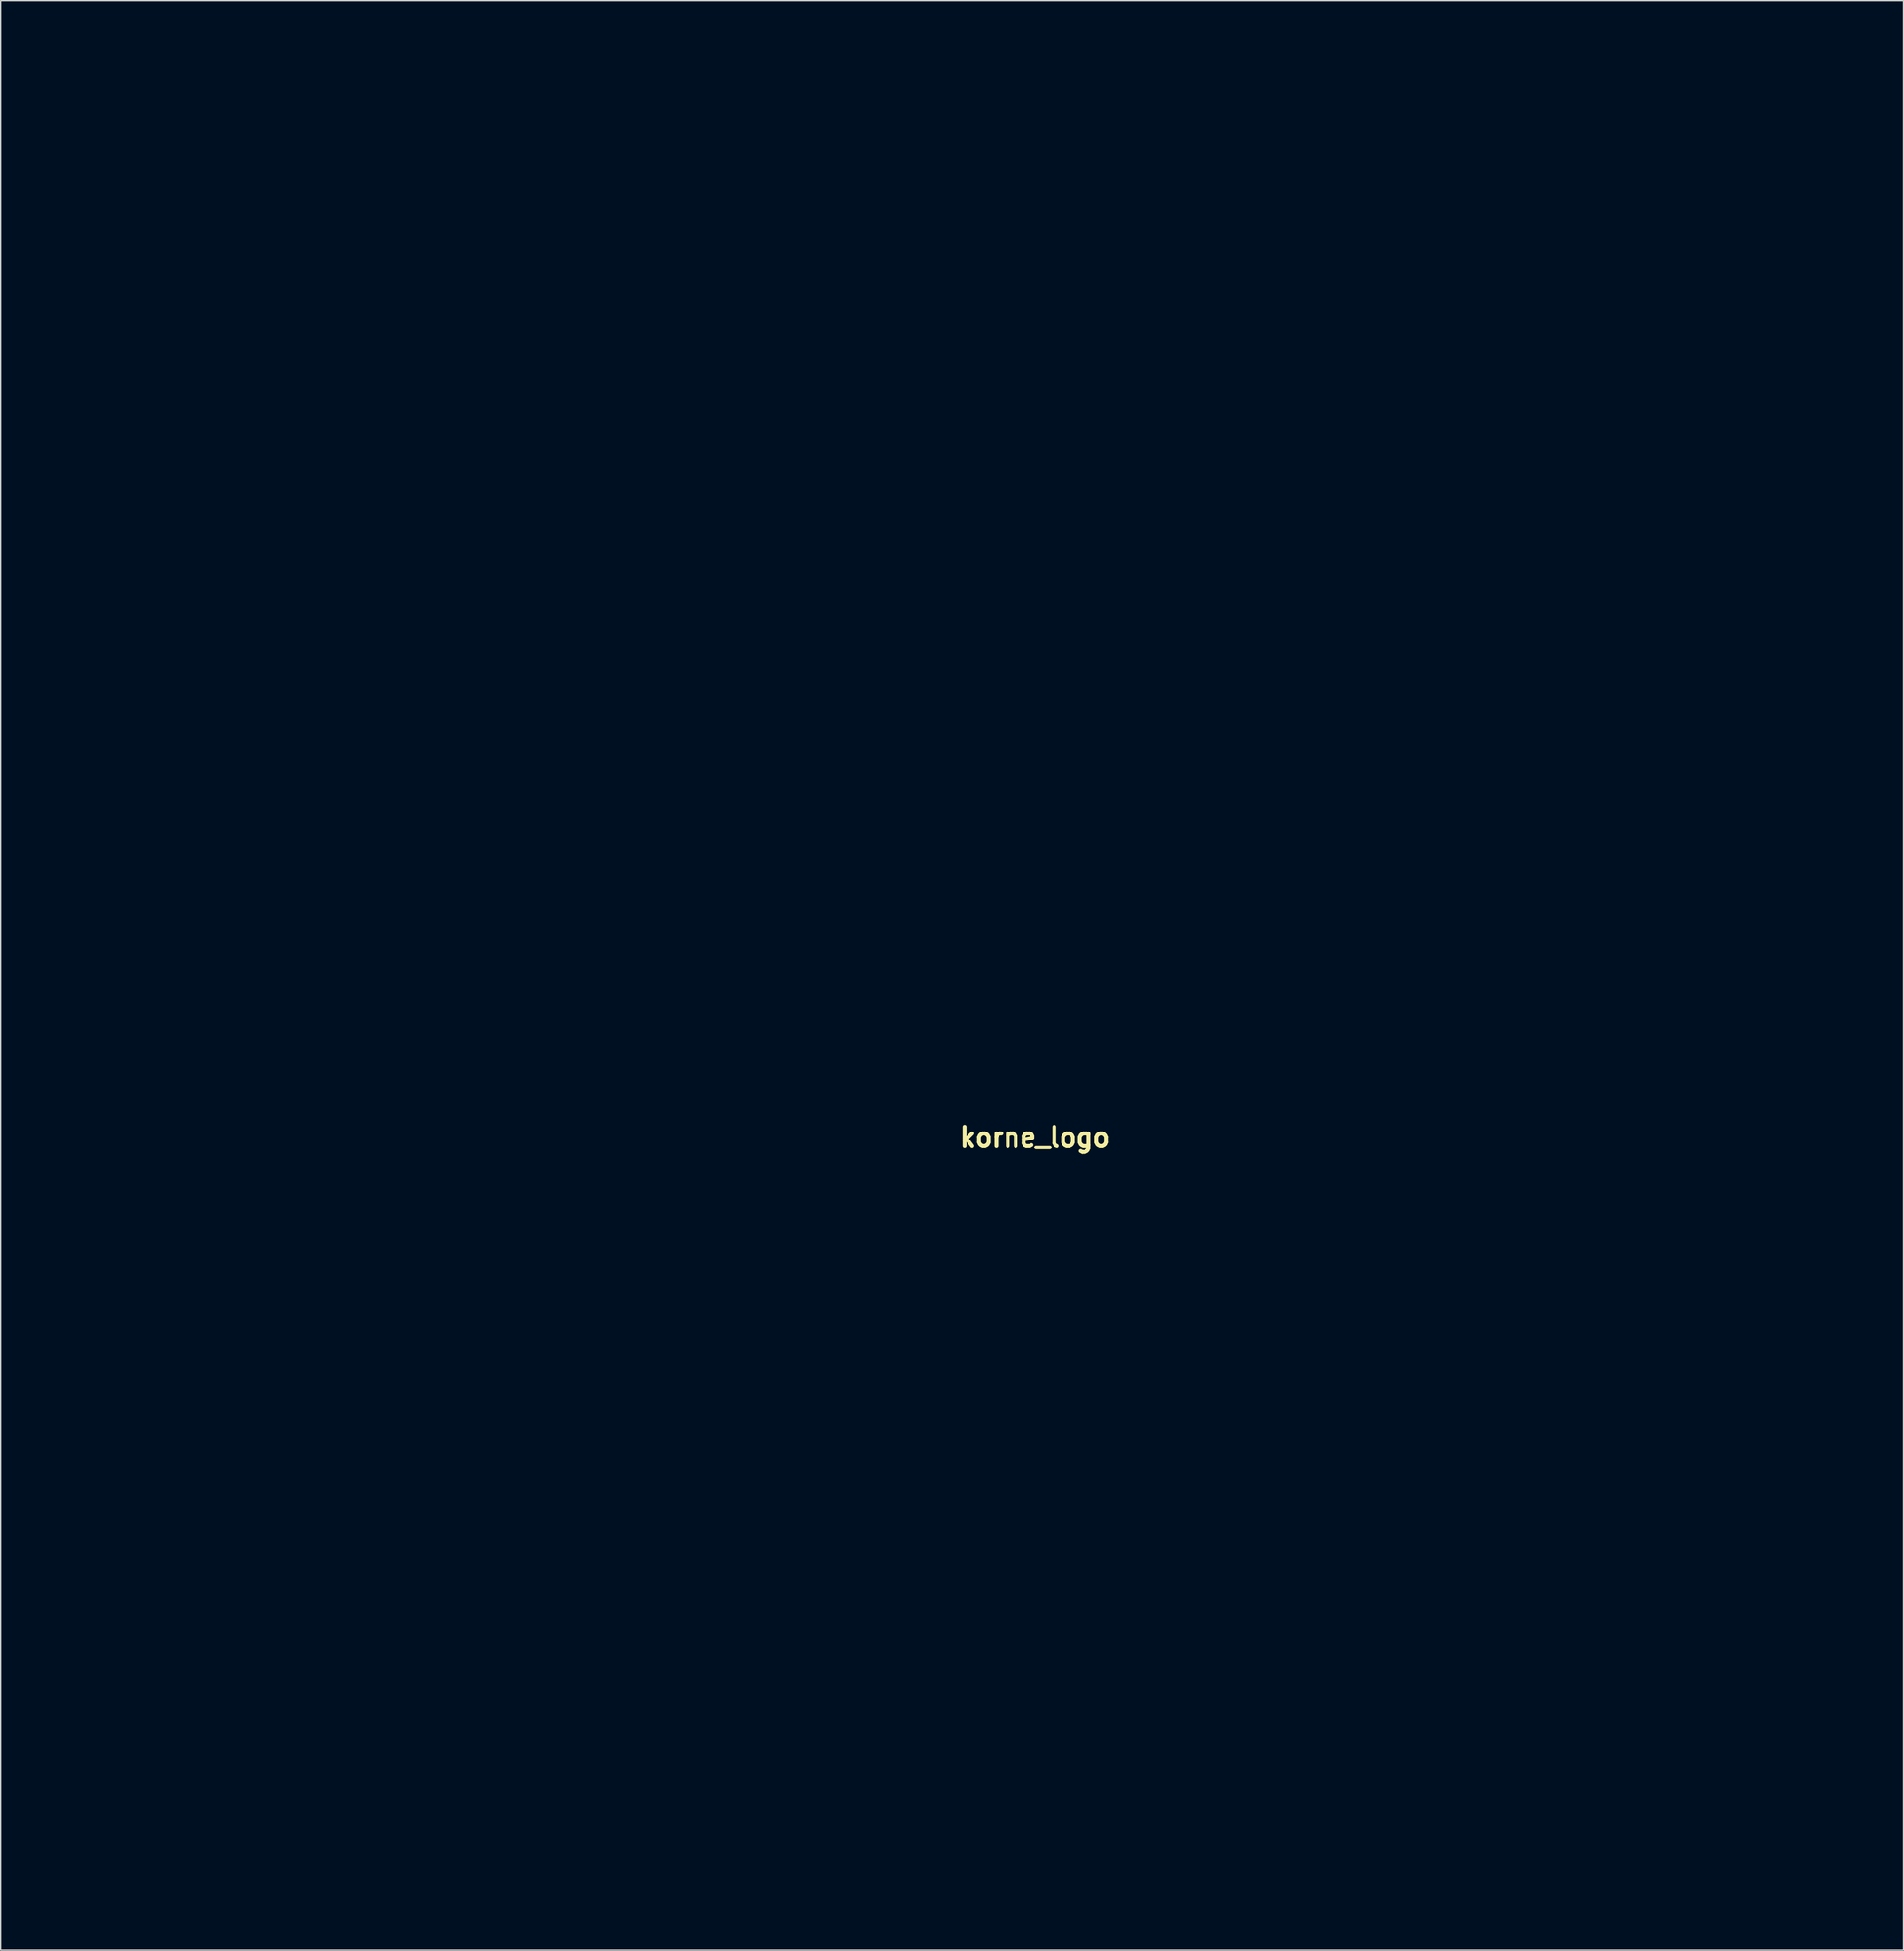
<source format=kicad_pcb>
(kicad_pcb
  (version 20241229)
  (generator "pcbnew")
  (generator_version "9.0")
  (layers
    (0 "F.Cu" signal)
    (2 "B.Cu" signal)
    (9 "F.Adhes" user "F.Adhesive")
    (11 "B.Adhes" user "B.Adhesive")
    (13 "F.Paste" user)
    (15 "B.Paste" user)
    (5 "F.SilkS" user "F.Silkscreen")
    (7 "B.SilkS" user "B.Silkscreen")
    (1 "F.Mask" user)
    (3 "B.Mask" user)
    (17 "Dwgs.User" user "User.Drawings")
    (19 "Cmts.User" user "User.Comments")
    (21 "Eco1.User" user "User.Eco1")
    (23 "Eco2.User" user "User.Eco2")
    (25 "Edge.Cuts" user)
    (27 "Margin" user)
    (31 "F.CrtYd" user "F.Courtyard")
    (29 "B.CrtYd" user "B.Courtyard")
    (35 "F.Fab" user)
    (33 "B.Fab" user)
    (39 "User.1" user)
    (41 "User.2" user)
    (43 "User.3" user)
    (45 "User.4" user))
  (footprint "korne_logo"
    (layer "F.Cu")
    (at 82.552 90.986)
    (property "Reference" "korne_logo" (at 0 0 0) (layer "F.SilkS") (effects (font (size 1.524 1.524) (thickness 0.3))))
    (attr through_hole)
    (fp_poly (pts (xy -28.385 -10.804) (xy -24.746 -10.383) (xy -21.716 -9.654) (xy -19.251 -8.584) (xy -17.308 -7.139) (xy -15.846 -5.285) (xy -14.823 -2.988) (xy -14.195 -0.215) (xy -14.096 0.539) (xy -13.918 2.04) (xy -13.749 3.335) (xy -13.619 4.217) (xy -13.583 4.41) (xy -13.234 5.132) (xy -12.428 6.294) (xy -11.209 7.84) (xy -9.623 9.714) (xy -7.716 11.863) (xy -5.533 14.229) (xy -5.399 14.371) (xy -1.45 18.571) (xy -5.223 22.305) (xy -8.996 26.039) (xy -13.68 21.69) (xy -15.79 19.746) (xy -17.489 18.237) (xy -18.868 17.103) (xy -20.021 16.285) (xy -21.042 15.724) (xy -22.022 15.362) (xy -23.054 15.14) (xy -24.233 14.998) (xy -24.249 14.997) (xy -27.855 14.398) (xy -30.956 13.321) (xy -33.573 11.751) (xy -35.731 9.678) (xy -36.626 8.478) (xy -37.664 6.774) (xy -38.455 5.18) (xy -38.943 3.829) (xy -39.073 2.855) (xy -39.025 2.63) (xy -38.815 2.296) (xy -38.441 2.323) (xy -37.695 2.728) (xy -37.659 2.749) (xy -36.107 3.67) (xy -34.444 4.632) (xy -32.789 5.571) (xy -31.263 6.419) (xy -29.982 7.11) (xy -29.068 7.58) (xy -28.637 7.761) (xy -28.632 7.761) (xy -28.218 7.541) (xy -27.456 6.963) (xy -26.514 6.157) (xy -24.648 4.029) (xy -23.375 1.568) (xy -22.742 -1.13) (xy -22.732 -1.235) (xy -22.527 -3.351) (xy -27.491 -6.121) (xy -29.164 -7.061) (xy -30.596 -7.88) (xy -31.685 -8.518) (xy -32.327 -8.914) (xy -32.456 -9.014) (xy -32.325 -9.389) (xy -32.025 -10.084) (xy -31.594 -11.029) (xy -28.385 -10.804)) (stroke (width 0.01) (type solid)) (fill no) (layer "Eco2.User"))
    (fp_poly (pts (xy 44.844 -32.606) (xy 45.736 -32.066) (xy 46.12 -31.288) (xy 46.063 -30.773) (xy 45.478 -29.8) (xy 44.524 -28.963) (xy 43.495 -28.511) (xy 43.395 -28.496) (xy 42.75 -28.553) (xy 42.536 -29.06) (xy 42.526 -29.281) (xy 42.43 -29.848) (xy 42.042 -30.131) (xy 41.165 -30.26) (xy 41.03 -30.27) (xy 39.745 -30.137) (xy 38.732 -29.613) (xy 38.164 -28.809) (xy 38.1 -28.399) (xy 38.424 -27.584) (xy 39.281 -26.864) (xy 40.5 -26.369) (xy 40.885 -26.288) (xy 41.898 -25.97) (xy 42.283 -25.512) (xy 42.089 -24.98) (xy 41.363 -24.439) (xy 40.153 -23.954) (xy 38.966 -23.668) (xy 37.319 -23.098) (xy 36.205 -22.131) (xy 35.671 -20.815) (xy 35.631 -20.274) (xy 35.765 -19.335) (xy 36.299 -18.744) (xy 36.671 -18.53) (xy 38.189 -18.03) (xy 39.7 -18.153) (xy 41.318 -18.916) (xy 41.779 -19.226) (xy 43.086 -20.041) (xy 44.069 -20.418) (xy 44.659 -20.339) (xy 44.803 -19.963) (xy 44.513 -19.374) (xy 43.746 -18.595) (xy 42.652 -17.757) (xy 41.382 -16.989) (xy 41.242 -16.916) (xy 40.051 -16.509) (xy 38.519 -16.259) (xy 36.843 -16.167) (xy 35.221 -16.232) (xy 33.85 -16.454) (xy 32.928 -16.833) (xy 32.808 -16.933) (xy 32.165 -18.029) (xy 32.137 -19.347) (xy 32.699 -20.808) (xy 33.829 -22.33) (xy 34.58 -23.072) (xy 35.4 -23.853) (xy 35.753 -24.352) (xy 35.721 -24.733) (xy 35.538 -24.986) (xy 34.897 -26.019) (xy 34.815 -27.103) (xy 35.217 -28.344) (xy 36.223 -29.815) (xy 37.766 -31.079) (xy 39.689 -32.054) (xy 41.834 -32.654) (xy 43.569 -32.808) (xy 44.844 -32.606)) (stroke (width 0.01) (type solid)) (fill no) (layer "Eco2.User"))
    (fp_poly (pts (xy -25.816 -32.64) (xy -25.827 -32.182) (xy -26.363 -31.505) (xy -27.383 -30.679) (xy -27.648 -30.499) (xy -29.516 -28.908) (xy -30.741 -27.035) (xy -31.333 -24.86) (xy -31.396 -23.765) (xy -31.169 -21.75) (xy -30.461 -20.215) (xy -29.232 -19.087) (xy -28.48 -18.684) (xy -26.497 -18.101) (xy -24.569 -18.199) (xy -22.642 -18.986) (xy -21.625 -19.666) (xy -20.526 -20.816) (xy -19.725 -22.289) (xy -19.229 -23.949) (xy -19.04 -25.658) (xy -19.163 -27.276) (xy -19.603 -28.667) (xy -20.364 -29.693) (xy -21.296 -30.182) (xy -22.538 -30.331) (xy -23.529 -30.008) (xy -24.44 -29.131) (xy -24.95 -28.412) (xy -26 -27.066) (xy -27.055 -26.182) (xy -28.009 -25.835) (xy -28.439 -25.896) (xy -28.656 -26.299) (xy -28.446 -27.073) (xy -27.878 -28.087) (xy -27.021 -29.211) (xy -26.224 -30.055) (xy -24.408 -31.48) (xy -22.531 -32.38) (xy -20.69 -32.752) (xy -18.983 -32.596) (xy -17.511 -31.911) (xy -16.37 -30.697) (xy -16.073 -30.159) (xy -15.665 -28.686) (xy -15.579 -26.869) (xy -15.803 -24.984) (xy -16.323 -23.308) (xy -16.386 -23.174) (xy -17.518 -21.407) (xy -19.148 -19.644) (xy -21.09 -18.07) (xy -22.028 -17.466) (xy -22.991 -16.915) (xy -23.772 -16.558) (xy -24.569 -16.353) (xy -25.581 -16.257) (xy -27.006 -16.229) (xy -27.889 -16.228) (xy -29.625 -16.244) (xy -30.814 -16.31) (xy -31.618 -16.451) (xy -32.195 -16.692) (xy -32.594 -16.967) (xy -33.911 -18.437) (xy -34.677 -20.311) (xy -34.866 -22.521) (xy -34.855 -22.725) (xy -34.532 -24.808) (xy -33.806 -26.643) (xy -32.574 -28.458) (xy -32.019 -29.116) (xy -30.953 -30.156) (xy -29.666 -31.165) (xy -28.341 -32.022) (xy -27.163 -32.608) (xy -26.37 -32.805) (xy -25.816 -32.64)) (stroke (width 0.01) (type solid)) (fill no) (layer "Eco2.User"))
    (fp_poly (pts (xy 9.06 28.844) (xy 11.304 30.944) (xy 13.137 32.599) (xy 14.644 33.865) (xy 15.911 34.799) (xy 17.022 35.457) (xy 18.062 35.895) (xy 19.118 36.17) (xy 20.274 36.337) (xy 20.427 36.353) (xy 23.864 36.9) (xy 26.769 37.821) (xy 29.238 39.168) (xy 31.368 40.994) (xy 33.189 43.255) (xy 33.969 44.533) (xy 34.638 45.886) (xy 35.131 47.149) (xy 35.387 48.16) (xy 35.342 48.754) (xy 35.313 48.789) (xy 34.847 48.767) (xy 33.807 48.349) (xy 32.203 47.539) (xy 30.219 46.442) (xy 28.54 45.508) (xy 27.045 44.714) (xy 25.855 44.121) (xy 25.091 43.792) (xy 24.9 43.744) (xy 24.215 44.013) (xy 23.282 44.724) (xy 22.247 45.729) (xy 21.254 46.884) (xy 20.448 48.044) (xy 20.229 48.441) (xy 19.661 49.791) (xy 19.225 51.265) (xy 18.956 52.672) (xy 18.89 53.82) (xy 19.063 54.519) (xy 19.076 54.536) (xy 19.497 54.855) (xy 20.419 55.447) (xy 21.724 56.24) (xy 23.297 57.162) (xy 24.182 57.669) (xy 28.925 60.366) (xy 28.388 61.404) (xy 27.955 62.096) (xy 27.618 62.392) (xy 27.596 62.391) (xy 27.152 62.342) (xy 26.177 62.252) (xy 24.841 62.137) (xy 24.08 62.074) (xy 20.423 61.565) (xy 17.34 60.688) (xy 14.84 59.447) (xy 12.936 57.848) (xy 12.193 56.888) (xy 11.363 55.223) (xy 10.714 53.133) (xy 10.319 50.89) (xy 10.231 49.369) (xy 10.171 48.169) (xy 9.927 47.189) (xy 9.402 46.137) (xy 8.879 45.298) (xy 8.225 44.411) (xy 7.176 43.129) (xy 5.828 41.564) (xy 4.277 39.828) (xy 2.621 38.033) (xy 2.186 37.571) (xy -3.155 31.926) (xy 0.596 28.159) (xy 4.347 24.392) (xy 9.06 28.844)) (stroke (width 0.01) (type solid)) (fill no) (layer "Eco2.User"))
    (fp_poly (pts (xy 35.065 -35.599) (xy 35.138 -34.839) (xy 34.89 -34.008) (xy 34.47 -33.161) (xy 33.868 -32.643) (xy 32.835 -32.251) (xy 32.721 -32.217) (xy 31.425 -31.673) (xy 30.557 -30.972) (xy 30.486 -30.873) (xy 30.136 -30.134) (xy 29.647 -28.806) (xy 29.049 -26.983) (xy 28.37 -24.759) (xy 27.641 -22.231) (xy 26.892 -19.492) (xy 26.794 -19.122) (xy 26.02 -16.196) (xy 23.858 -16.3) (xy 21.696 -16.404) (xy 19.915 -19.932) (xy 19.099 -21.577) (xy 18.322 -23.193) (xy 17.69 -24.558) (xy 17.399 -25.224) (xy 16.94 -26.179) (xy 16.611 -26.556) (xy 16.486 -26.458) (xy 16.312 -25.885) (xy 16.012 -24.83) (xy 15.641 -23.496) (xy 15.534 -23.107) (xy 15.032 -21.44) (xy 14.441 -19.724) (xy 13.886 -18.318) (xy 13.859 -18.256) (xy 12.956 -16.228) (xy 10.535 -16.228) (xy 9.116 -16.276) (xy 8.332 -16.43) (xy 8.115 -16.669) (xy 8.289 -17.244) (xy 8.713 -18.085) (xy 8.801 -18.233) (xy 9.305 -18.955) (xy 9.76 -19.17) (xy 10.443 -18.995) (xy 10.512 -18.969) (xy 11.403 -18.752) (xy 12.052 -18.779) (xy 12.411 -19.219) (xy 12.863 -20.221) (xy 13.368 -21.653) (xy 13.884 -23.386) (xy 14.372 -25.287) (xy 14.793 -27.226) (xy 15.006 -28.416) (xy 15.305 -30.05) (xy 15.604 -31.132) (xy 15.954 -31.815) (xy 16.313 -32.179) (xy 17.133 -32.71) (xy 17.782 -32.826) (xy 18.343 -32.465) (xy 18.895 -31.563) (xy 19.52 -30.057) (xy 19.71 -29.543) (xy 20.326 -27.936) (xy 21.058 -26.159) (xy 21.847 -24.337) (xy 22.636 -22.597) (xy 23.367 -21.063) (xy 23.982 -19.862) (xy 24.425 -19.117) (xy 24.577 -18.946) (xy 24.786 -19.192) (xy 25.137 -20.006) (xy 25.591 -21.276) (xy 26.105 -22.89) (xy 26.358 -23.746) (xy 26.946 -25.734) (xy 27.543 -27.677) (xy 28.087 -29.379) (xy 28.517 -30.646) (xy 28.598 -30.868) (xy 29.562 -32.822) (xy 30.804 -34.383) (xy 32.215 -35.437) (xy 33.293 -35.822) (xy 34.464 -35.911) (xy 35.065 -35.599)) (stroke (width 0.01) (type solid)) (fill no) (layer "Eco2.User"))
    (fp_poly (pts (xy -38.528 -32.574) (xy -37.907 -31.989) (xy -37.821 -31.224) (xy -38.315 -30.45) (xy -38.956 -30.03) (xy -39.707 -29.734) (xy -40.138 -29.82) (xy -40.402 -30.115) (xy -40.974 -30.594) (xy -41.314 -30.688) (xy -41.969 -30.49) (xy -42.986 -29.981) (xy -44.169 -29.278) (xy -45.319 -28.499) (xy -46.239 -27.764) (xy -46.323 -27.686) (xy -46.979 -26.932) (xy -47.16 -26.225) (xy -47.08 -25.631) (xy -46.65 -24.259) (xy -45.93 -22.594) (xy -45.053 -20.907) (xy -44.156 -19.469) (xy -43.681 -18.856) (xy -42.604 -17.921) (xy -41.587 -17.68) (xy -40.578 -18.131) (xy -39.985 -18.697) (xy -39.171 -19.382) (xy -38.35 -19.727) (xy -37.7 -19.699) (xy -37.399 -19.265) (xy -37.394 -19.18) (xy -37.637 -18.615) (xy -38.252 -17.827) (xy -38.669 -17.402) (xy -39.326 -16.81) (xy -39.883 -16.46) (xy -40.55 -16.297) (xy -41.532 -16.265) (xy -42.814 -16.302) (xy -45.685 -16.404) (xy -47.193 -18.654) (xy -48.053 -20.104) (xy -48.824 -21.687) (xy -49.31 -22.975) (xy -49.658 -24.061) (xy -49.957 -24.811) (xy -50.118 -25.047) (xy -50.308 -24.735) (xy -50.632 -23.91) (xy -51.026 -22.734) (xy -51.116 -22.445) (xy -51.642 -20.863) (xy -52.238 -19.259) (xy -52.752 -18.036) (xy -53.269 -17) (xy -53.705 -16.46) (xy -54.242 -16.256) (xy -54.841 -16.228) (xy -55.664 -16.264) (xy -56.079 -16.354) (xy -56.092 -16.375) (xy -55.986 -16.748) (xy -55.701 -17.65) (xy -55.28 -18.938) (xy -54.837 -20.272) (xy -54.28 -22.043) (xy -53.762 -23.889) (xy -53.311 -25.675) (xy -52.959 -27.269) (xy -52.736 -28.538) (xy -52.672 -29.347) (xy -52.725 -29.559) (xy -53.13 -29.554) (xy -53.892 -29.314) (xy -53.975 -29.281) (xy -54.906 -29.024) (xy -55.353 -29.192) (xy -55.26 -29.755) (xy -55.17 -29.915) (xy -54.636 -30.426) (xy -53.667 -31.084) (xy -52.482 -31.768) (xy -51.297 -32.356) (xy -50.332 -32.729) (xy -49.957 -32.798) (xy -49.636 -32.749) (xy -49.453 -32.498) (xy -49.388 -31.908) (xy -49.417 -30.842) (xy -49.476 -29.822) (xy -49.662 -26.836) (xy -48.611 -27.888) (xy -47.145 -29.165) (xy -45.417 -30.38) (xy -43.593 -31.44) (xy -41.845 -32.252) (xy -40.339 -32.724) (xy -39.643 -32.805) (xy -38.528 -32.574)) (stroke (width 0.01) (type solid)) (fill no) (layer "Eco2.User"))
    (fp_poly (pts (xy -0.432 -32.273) (xy 1.135 -32.244) (xy 2.237 -32.181) (xy 2.995 -32.068) (xy 3.53 -31.893) (xy 3.96 -31.642) (xy 4.119 -31.527) (xy 4.788 -30.881) (xy 5.057 -30.108) (xy 5.084 -29.305) (xy 4.847 -27.919) (xy 4.345 -26.883) (xy 3.676 -26.142) (xy 2.716 -25.264) (xy 1.678 -24.422) (xy 0.775 -23.792) (xy 0.345 -23.575) (xy 0.317 -23.24) (xy 0.592 -22.483) (xy 1.081 -21.471) (xy 1.691 -20.367) (xy 2.334 -19.337) (xy 2.92 -18.545) (xy 3.289 -18.192) (xy 3.831 -18.071) (xy 4.669 -18.293) (xy 5.757 -18.794) (xy 6.841 -19.309) (xy 7.706 -19.658) (xy 8.087 -19.756) (xy 8.465 -19.566) (xy 8.346 -19.07) (xy 7.8 -18.379) (xy 6.899 -17.605) (xy 6.551 -17.361) (xy 5.606 -16.764) (xy 4.832 -16.426) (xy 3.97 -16.286) (xy 2.761 -16.281) (xy 2.144 -16.302) (xy -0.529 -16.404) (xy -1.97 -18.943) (xy -2.859 -20.482) (xy -3.508 -21.51) (xy -4.007 -22.143) (xy -4.446 -22.492) (xy -4.915 -22.674) (xy -4.918 -22.675) (xy -5.3 -22.656) (xy -5.652 -22.301) (xy -6.052 -21.49) (xy -6.509 -20.3) (xy -7.182 -18.556) (xy -7.749 -17.384) (xy -8.295 -16.677) (xy -8.905 -16.327) (xy -9.663 -16.228) (xy -9.721 -16.228) (xy -10.53 -16.257) (xy -10.928 -16.33) (xy -10.936 -16.343) (xy -10.814 -16.703) (xy -10.492 -17.535) (xy -10.042 -18.659) (xy -9.371 -20.568) (xy -8.712 -22.893) (xy -8.549 -23.589) (xy -5.386 -23.589) (xy -4.192 -24.317) (xy -3.148 -24.801) (xy -2.143 -25.041) (xy -2.017 -25.046) (xy -0.664 -25.242) (xy 0.537 -25.753) (xy 1.372 -26.467) (xy 1.606 -26.936) (xy 1.71 -28.21) (xy 1.269 -29.122) (xy 0.251 -29.697) (xy -1.374 -29.958) (xy -2.153 -29.981) (xy -4.13 -29.986) (xy -4.534 -27.605) (xy -4.774 -26.259) (xy -5.005 -25.091) (xy -5.162 -24.406) (xy -5.386 -23.589) (xy -8.549 -23.589) (xy -8.137 -25.344) (xy -7.718 -27.634) (xy -7.626 -28.31) (xy -7.528 -29.318) (xy -7.606 -29.811) (xy -7.93 -29.972) (xy -8.274 -29.986) (xy -9.385 -29.844) (xy -10.325 -29.483) (xy -10.875 -29.002) (xy -10.936 -28.786) (xy -11.234 -28.149) (xy -11.963 -27.49) (xy -12.879 -26.985) (xy -13.653 -26.811) (xy -14.265 -26.912) (xy -14.34 -27.348) (xy -14.272 -27.605) (xy -13.644 -28.738) (xy -12.512 -29.91) (xy -11.053 -30.96) (xy -10.096 -31.462) (xy -9.356 -31.772) (xy -8.632 -31.992) (xy -7.786 -32.138) (xy -6.68 -32.224) (xy -5.176 -32.266) (xy -3.137 -32.279) (xy -2.584 -32.279) (xy -0.432 -32.273)) (stroke (width 0.01) (type solid)) (fill no) (layer "Eco2.User"))
    (fp_poly (pts (xy 29.695 -7.172) (xy 30.45 -6.368) (xy 30.935 -5.725) (xy 31.032 -5.485) (xy 30.832 -5.084) (xy 30.289 -4.219) (xy 29.472 -2.994) (xy 28.453 -1.517) (xy 27.769 -0.549) (xy 24.518 4.017) (xy 22.578 4.497) (xy 22.149 4.611) (xy 21.738 4.757) (xy 21.298 4.975) (xy 20.788 5.305) (xy 20.161 5.787) (xy 19.375 6.461) (xy 18.384 7.366) (xy 17.144 8.544) (xy 15.612 10.035) (xy 13.743 11.877) (xy 11.494 14.112) (xy 8.818 16.779) (xy 6.791 18.803) (xy 4.211 21.383) (xy 1.788 23.815) (xy -0.435 26.054) (xy -2.411 28.053) (xy -4.096 29.767) (xy -5.445 31.15) (xy -6.412 32.156) (xy -6.954 32.74) (xy -7.056 32.871) (xy -6.883 33.279) (xy -6.434 34.088) (xy -5.939 34.91) (xy -4.823 36.706) (xy -5.829 37.756) (xy -6.677 38.436) (xy -7.507 38.79) (xy -7.665 38.806) (xy -8.896 39.073) (xy -10.308 39.79) (xy -11.677 40.827) (xy -12.339 41.496) (xy -13.264 42.737) (xy -14.111 44.197) (xy -14.77 45.653) (xy -15.13 46.879) (xy -15.166 47.255) (xy -15.411 47.733) (xy -16.097 48.621) (xy -17.149 49.842) (xy -18.495 51.324) (xy -20.061 52.991) (xy -21.774 54.771) (xy -23.561 56.588) (xy -25.348 58.369) (xy -27.062 60.04) (xy -28.63 61.525) (xy -29.979 62.753) (xy -31.036 63.647) (xy -31.726 64.134) (xy -31.916 64.202) (xy -32.627 64.055) (xy -33.686 63.682) (xy -34.445 63.354) (xy -35.81 62.594) (xy -37.179 61.641) (xy -37.695 61.212) (xy -38.603 60.208) (xy -39.529 58.887) (xy -40.357 57.452) (xy -40.974 56.104) (xy -41.266 55.045) (xy -41.275 54.886) (xy -41.031 54.453) (xy -40.349 53.609) (xy -39.302 52.427) (xy -37.962 50.979) (xy -36.403 49.341) (xy -34.698 47.585) (xy -32.92 45.786) (xy -31.142 44.016) (xy -29.437 42.349) (xy -27.878 40.86) (xy -26.538 39.621) (xy -25.491 38.706) (xy -24.809 38.189) (xy -24.607 38.1) (xy -23.55 37.905) (xy -22.164 37.39) (xy -20.682 36.661) (xy -19.338 35.827) (xy -18.887 35.484) (xy -17.748 34.33) (xy -16.777 32.951) (xy -16.109 31.568) (xy -15.875 30.451) (xy -15.655 29.655) (xy -15.123 28.793) (xy -14.468 28.115) (xy -13.921 27.869) (xy -13.367 28.048) (xy -12.463 28.509) (xy -11.751 28.935) (xy -10.071 30) (xy 3.913 16.019) (xy 6.908 13.023) (xy 9.444 10.482) (xy 11.559 8.352) (xy 13.294 6.59) (xy 14.688 5.151) (xy 15.782 3.992) (xy 16.614 3.069) (xy 17.224 2.339) (xy 17.653 1.758) (xy 17.939 1.282) (xy 18.123 0.868) (xy 18.244 0.472) (xy 18.313 0.178) (xy 18.73 -1.683) (xy 23.537 -5.087) (xy 28.345 -8.49) (xy 29.695 -7.172)) (stroke (width 0.01) (type solid)) (fill no) (layer "Eco2.User"))
    (fp_poly (pts (xy 37.747 -90.097) (xy 41.435 -89.946) (xy 44.754 -89.497) (xy 47.998 -88.694) (xy 51.325 -87.535) (xy 55.047 -85.783) (xy 58.496 -83.556) (xy 61.591 -80.937) (xy 64.247 -78.008) (xy 66.381 -74.851) (xy 67.911 -71.549) (xy 68.127 -70.908) (xy 68.488 -69.57) (xy 68.709 -68.168) (xy 68.816 -66.481) (xy 68.835 -64.558) (xy 68.729 -61.661) (xy 68.408 -59.203) (xy 67.821 -56.936) (xy 66.913 -54.611) (xy 66.538 -53.799) (xy 64.609 -50.465) (xy 62.186 -47.461) (xy 59.36 -44.849) (xy 56.22 -42.688) (xy 52.856 -41.039) (xy 49.359 -39.962) (xy 45.819 -39.519) (xy 45.281 -39.511) (xy 42.862 -39.511) (xy 39.511 -45.055) (xy 37.116 -48.75) (xy 34.739 -51.894) (xy 32.411 -54.45) (xy 30.165 -56.385) (xy 28.191 -57.588) (xy 25.667 -58.598) (xy 22.915 -59.376) (xy 20.22 -59.853) (xy 18.377 -59.972) (xy 17.046 -59.999) (xy 16.214 -60.117) (xy 15.676 -60.385) (xy 15.225 -60.864) (xy 15.215 -60.876) (xy 14.614 -61.851) (xy 14.113 -62.997) (xy 14.085 -63.081) (xy 13.609 -64.115) (xy 12.858 -65.308) (xy 12.39 -65.923) (xy 10.979 -67.651) (xy 9.98 -68.949) (xy 9.33 -69.909) (xy 8.969 -70.625) (xy 8.834 -71.19) (xy 8.828 -71.312) (xy 9.029 -72.047) (xy 9.68 -72.502) (xy 10.831 -72.684) (xy 12.532 -72.597) (xy 14.833 -72.25) (xy 15.348 -72.154) (xy 17.23 -71.737) (xy 18.928 -71.213) (xy 20.537 -70.522) (xy 22.15 -69.606) (xy 23.863 -68.403) (xy 25.768 -66.854) (xy 27.96 -64.899) (xy 30.459 -62.549) (xy 32.97 -60.193) (xy 35.091 -58.307) (xy 36.9 -56.835) (xy 38.474 -55.719) (xy 39.893 -54.901) (xy 41.232 -54.325) (xy 41.912 -54.105) (xy 44.204 -53.707) (xy 46.564 -53.767) (xy 48.828 -54.244) (xy 50.837 -55.098) (xy 52.429 -56.287) (xy 52.948 -56.896) (xy 54.355 -59.394) (xy 55.255 -62.319) (xy 55.647 -65.44) (xy 55.552 -69.027) (xy 54.844 -72.264) (xy 53.523 -75.154) (xy 51.587 -77.697) (xy 49.036 -79.896) (xy 45.869 -81.75) (xy 44.983 -82.159) (xy 42.667 -83.092) (xy 40.443 -83.78) (xy 38.152 -84.249) (xy 35.629 -84.525) (xy 32.715 -84.634) (xy 29.721 -84.613) (xy 27.8 -84.577) (xy 26.153 -84.555) (xy 24.896 -84.548) (xy 24.148 -84.558) (xy 23.989 -84.574) (xy 24.306 -84.809) (xy 25.152 -85.148) (xy 26.366 -85.539) (xy 27.787 -85.93) (xy 29.256 -86.27) (xy 29.371 -86.294) (xy 31.003 -86.564) (xy 32.726 -86.711) (xy 34.75 -86.745) (xy 37.01 -86.689) (xy 40.404 -86.462) (xy 43.344 -86.025) (xy 46.063 -85.321) (xy 48.796 -84.294) (xy 50.791 -83.378) (xy 54.027 -81.487) (xy 56.676 -79.241) (xy 58.744 -76.627) (xy 60.235 -73.633) (xy 61.155 -70.246) (xy 61.509 -66.452) (xy 61.303 -62.239) (xy 60.877 -59.302) (xy 60.373 -56.776) (xy 59.815 -54.763) (xy 59.105 -53.07) (xy 58.149 -51.504) (xy 56.85 -49.875) (xy 55.371 -48.261) (xy 54.362 -47.231) (xy 53.662 -46.637) (xy 53.112 -46.385) (xy 52.557 -46.38) (xy 52.322 -46.421) (xy 51.35 -46.44) (xy 50.263 -46.051) (xy 49.665 -45.725) (xy 48.697 -45.2) (xy 48.089 -45.031) (xy 47.618 -45.175) (xy 47.437 -45.297) (xy 46.893 -45.583) (xy 46.543 -45.306) (xy 46.394 -45.029) (xy 45.719 -44.377) (xy 44.888 -44.097) (xy 43.757 -43.921) (xy 44.648 -42.787) (xy 45.537 -41.946) (xy 46.657 -41.481) (xy 48.141 -41.366) (xy 50.12 -41.574) (xy 50.392 -41.618) (xy 53.494 -42.467) (xy 56.482 -43.899) (xy 58.63 -45.392) (xy 61.008 -47.705) (xy 63.172 -50.526) (xy 65.001 -53.666) (xy 66.376 -56.934) (xy 66.835 -58.473) (xy 67.153 -60.238) (xy 67.348 -62.409) (xy 67.414 -64.733) (xy 67.347 -66.957) (xy 67.142 -68.827) (xy 67.044 -69.321) (xy 65.944 -72.591) (xy 64.215 -75.782) (xy 61.931 -78.805) (xy 59.17 -81.576) (xy 56.006 -84.006) (xy 52.516 -86.009) (xy 52.388 -86.071) (xy 49.133 -87.483) (xy 46.046 -88.484) (xy 42.952 -89.101) (xy 39.678 -89.36) (xy 36.05 -89.289) (xy 33.265 -89.063) (xy 29.633 -88.589) (xy 26.514 -87.927) (xy 23.731 -87.029) (xy 21.104 -85.847) (xy 20.706 -85.639) (xy 19.139 -84.691) (xy 18.25 -83.889) (xy 18.026 -83.239) (xy 18.453 -82.75) (xy 19.518 -82.428) (xy 21.207 -82.281) (xy 23.507 -82.316) (xy 26.403 -82.541) (xy 26.424 -82.543) (xy 30.572 -82.771) (xy 34.39 -82.55) (xy 38.111 -81.858) (xy 40.746 -81.091) (xy 44.403 -79.617) (xy 47.54 -77.786) (xy 50.118 -75.631) (xy 52.096 -73.183) (xy 52.792 -71.967) (xy 53.549 -69.791) (xy 53.842 -67.345) (xy 53.666 -64.89) (xy 53.015 -62.684) (xy 52.985 -62.618) (xy 51.646 -60.136) (xy 50.187 -58.319) (xy 48.563 -57.13) (xy 46.732 -56.534) (xy 45.569 -56.444) (xy 44.127 -56.543) (xy 42.691 -56.866) (xy 41.197 -57.456) (xy 39.58 -58.354) (xy 37.778 -59.601) (xy 35.727 -61.24) (xy 33.362 -63.311) (xy 30.619 -65.856) (xy 29.506 -66.918) (xy 27.726 -68.6) (xy 26.037 -70.152) (xy 24.531 -71.491) (xy 23.298 -72.54) (xy 22.428 -73.219) (xy 22.136 -73.406) (xy 20.153 -74.204) (xy 17.764 -74.796) (xy 15.167 -75.164) (xy 12.565 -75.291) (xy 10.157 -75.161) (xy 8.144 -74.756) (xy 7.761 -74.623) (xy 6.776 -74.308) (xy 5.305 -73.914) (xy 3.558 -73.492) (xy 1.94 -73.138) (xy -0.777 -72.672) (xy -3.328 -72.423) (xy -5.597 -72.39) (xy -7.47 -72.571) (xy -8.833 -72.967) (xy -9.223 -73.195) (xy -10.054 -73.811) (xy -9.172 -73.582) (xy -7.633 -73.268) (xy -5.966 -73.113) (xy -4.077 -73.126) (xy -1.876 -73.314) (xy 0.73 -73.685) (xy 3.834 -74.245) (xy 7.232 -74.941) (xy 11.302 -75.623) (xy 14.91 -75.825) (xy 18.115 -75.543) (xy 20.979 -74.77) (xy 23.561 -73.501) (xy 23.723 -73.399) (xy 24.462 -72.838) (xy 25.594 -71.859) (xy 27.023 -70.554) (xy 28.651 -69.011) (xy 30.382 -67.32) (xy 31.132 -66.571) (xy 33.648 -64.088) (xy 35.785 -62.092) (xy 37.616 -60.525) (xy 39.214 -59.333) (xy 40.652 -58.459) (xy 42.001 -57.846) (xy 42.77 -57.589) (xy 45.013 -57.265) (xy 47.14 -57.63) (xy 49.123 -58.672) (xy 50.938 -60.382) (xy 51.673 -61.337) (xy 52.197 -62.138) (xy 52.514 -62.855) (xy 52.676 -63.707) (xy 52.734 -64.913) (xy 52.74 -65.912) (xy 52.703 -67.581) (xy 52.558 -68.822) (xy 52.253 -69.907) (xy 51.775 -71.028) (xy 50.239 -73.506) (xy 48.119 -75.728) (xy 45.499 -77.663) (xy 42.465 -79.283) (xy 39.099 -80.559) (xy 35.486 -81.462) (xy 31.71 -81.961) (xy 27.856 -82.029) (xy 24.008 -81.635) (xy 22.249 -81.288) (xy 21.005 -81.021) (xy 20.161 -80.946) (xy 19.429 -81.09) (xy 18.522 -81.481) (xy 18.104 -81.684) (xy 16.723 -82.549) (xy 16.036 -83.443) (xy 16.03 -84.353) (xy 16.694 -85.267) (xy 18.016 -86.172) (xy 19.985 -87.056) (xy 22.59 -87.906) (xy 24.223 -88.339) (xy 27.261 -89.049) (xy 29.858 -89.55) (xy 32.24 -89.873) (xy 34.629 -90.046) (xy 37.251 -90.098) (xy 37.747 -90.097)) (stroke (width 0.01) (type solid)) (fill no) (layer "Eco2.User"))
    (fp_poly (pts (xy -43.749 -90.706) (xy -39.404 -90.17) (xy -35.011 -89.385) (xy -30.716 -88.366) (xy -28.808 -87.81) (xy -26.897 -87.182) (xy -25.108 -86.53) (xy -23.566 -85.904) (xy -22.396 -85.352) (xy -21.721 -84.925) (xy -21.611 -84.782) (xy -21.816 -84.347) (xy -22.554 -83.774) (xy -23.69 -83.138) (xy -25.085 -82.515) (xy -26.603 -81.984) (xy -26.635 -81.975) (xy -27.34 -81.787) (xy -28.108 -81.642) (xy -29.03 -81.535) (xy -30.202 -81.463) (xy -31.716 -81.421) (xy -33.667 -81.405) (xy -36.148 -81.41) (xy -38.806 -81.43) (xy -42.194 -81.449) (xy -44.969 -81.436) (xy -47.224 -81.384) (xy -49.051 -81.281) (xy -50.542 -81.121) (xy -51.791 -80.893) (xy -52.888 -80.589) (xy -53.928 -80.201) (xy -54.592 -79.909) (xy -55.936 -79.113) (xy -57.511 -77.903) (xy -59.17 -76.421) (xy -60.766 -74.812) (xy -62.153 -73.221) (xy -63.184 -71.791) (xy -63.562 -71.089) (xy -64.243 -68.717) (xy -64.321 -66.191) (xy -63.823 -63.674) (xy -62.776 -61.328) (xy -61.674 -59.809) (xy -59.98 -58.187) (xy -58.228 -57.178) (xy -56.244 -56.7) (xy -55.033 -56.634) (xy -53.795 -56.684) (xy -52.644 -56.882) (xy -51.497 -57.279) (xy -50.27 -57.925) (xy -48.881 -58.872) (xy -47.247 -60.169) (xy -45.285 -61.868) (xy -42.912 -64.019) (xy -42.894 -64.035) (xy -39.815 -66.817) (xy -37.132 -69.129) (xy -34.77 -71.022) (xy -32.651 -72.548) (xy -30.698 -73.76) (xy -28.833 -74.709) (xy -26.979 -75.447) (xy -25.06 -76.027) (xy -25.047 -76.03) (xy -23.054 -76.386) (xy -20.798 -76.527) (xy -18.495 -76.463) (xy -16.362 -76.203) (xy -14.616 -75.757) (xy -14.111 -75.547) (xy -13.342 -75.153) (xy -13.039 -74.951) (xy -13.16 -74.957) (xy -14.745 -75.301) (xy -16.591 -75.557) (xy -18.415 -75.699) (xy -19.929 -75.696) (xy -20.285 -75.662) (xy -23.8 -74.992) (xy -27.23 -73.879) (xy -30.633 -72.287) (xy -34.068 -70.18) (xy -37.591 -67.523) (xy -41.263 -64.281) (xy -44.979 -60.586) (xy -46.518 -59.003) (xy -47.694 -57.855) (xy -48.618 -57.055) (xy -49.401 -56.513) (xy -50.151 -56.141) (xy -50.76 -55.919) (xy -53.231 -55.453) (xy -55.742 -55.593) (xy -58.196 -56.27) (xy -60.496 -57.415) (xy -62.543 -58.962) (xy -64.241 -60.841) (xy -65.492 -62.985) (xy -66.197 -65.326) (xy -66.319 -66.775) (xy -66.167 -68.658) (xy -65.644 -70.341) (xy -64.664 -72.057) (xy -63.946 -73.036) (xy -63.005 -74.276) (xy -62.055 -75.572) (xy -61.596 -76.22) (xy -59.98 -77.955) (xy -57.72 -79.428) (xy -54.811 -80.642) (xy -51.25 -81.599) (xy -50.982 -81.656) (xy -49.809 -81.839) (xy -48.042 -82.036) (xy -45.796 -82.237) (xy -43.183 -82.432) (xy -40.314 -82.613) (xy -38.315 -82.72) (xy -34.744 -82.916) (xy -31.816 -83.119) (xy -29.469 -83.336) (xy -27.639 -83.579) (xy -26.266 -83.855) (xy -25.285 -84.174) (xy -24.636 -84.546) (xy -24.391 -84.783) (xy -24.364 -84.994) (xy -24.676 -85.236) (xy -25.404 -85.539) (xy -26.625 -85.931) (xy -28.418 -86.443) (xy -29.537 -86.749) (xy -32.777 -87.613) (xy -35.474 -88.294) (xy -37.761 -88.816) (xy -39.767 -89.204) (xy -41.626 -89.482) (xy -43.47 -89.672) (xy -45.429 -89.8) (xy -46.646 -89.853) (xy -49.007 -89.921) (xy -50.968 -89.905) (xy -52.726 -89.78) (xy -54.477 -89.522) (xy -56.419 -89.105) (xy -58.748 -88.506) (xy -59.934 -88.181) (xy -64.608 -86.587) (xy -68.776 -84.538) (xy -72.42 -82.047) (xy -75.525 -79.128) (xy -78.075 -75.793) (xy -80.054 -72.057) (xy -80.353 -71.33) (xy -80.756 -70.233) (xy -81.025 -69.24) (xy -81.187 -68.159) (xy -81.269 -66.795) (xy -81.298 -64.954) (xy -81.3 -64.558) (xy -81.286 -62.534) (xy -81.211 -61.01) (xy -81.052 -59.781) (xy -80.783 -58.644) (xy -80.478 -57.679) (xy -78.934 -53.907) (xy -76.993 -50.611) (xy -74.644 -47.714) (xy -71.415 -44.732) (xy -67.869 -42.356) (xy -64.13 -40.647) (xy -62.633 -40.167) (xy -60.874 -39.695) (xy -59.072 -39.279) (xy -57.443 -38.97) (xy -56.205 -38.815) (xy -55.948 -38.806) (xy -55.589 -39.12) (xy -55.215 -39.915) (xy -54.887 -40.971) (xy -54.662 -42.067) (xy -54.601 -42.984) (xy -54.704 -43.43) (xy -55.028 -43.671) (xy -55.531 -43.397) (xy -55.717 -43.235) (xy -56.24 -42.799) (xy -56.423 -42.872) (xy -56.444 -43.355) (xy -56.489 -43.778) (xy -56.731 -43.983) (xy -57.332 -44.012) (xy -58.457 -43.904) (xy -58.582 -43.89) (xy -59.768 -43.777) (xy -60.435 -43.802) (xy -60.76 -44.005) (xy -60.916 -44.402) (xy -61.125 -45.01) (xy -61.445 -45.084) (xy -62.049 -44.746) (xy -62.607 -44.552) (xy -63.278 -44.731) (xy -63.978 -45.124) (xy -65.029 -45.909) (xy -65.954 -46.814) (xy -66.065 -46.95) (xy -66.82 -47.688) (xy -67.593 -48.123) (xy -67.679 -48.144) (xy -69.317 -48.807) (xy -70.751 -50.084) (xy -71.921 -51.896) (xy -72.769 -54.166) (xy -73.01 -55.21) (xy -73.323 -56.749) (xy -73.705 -58.516) (xy -73.976 -59.71) (xy -74.339 -62.143) (xy -74.432 -64.964) (xy -74.268 -67.915) (xy -73.862 -70.739) (xy -73.248 -73.12) (xy -72.369 -75.411) (xy -71.4 -77.234) (xy -70.201 -78.821) (xy -69.093 -79.969) (xy -68.167 -80.744) (xy -66.992 -81.572) (xy -65.756 -82.34) (xy -64.644 -82.933) (xy -63.845 -83.238) (xy -63.699 -83.256) (xy -63.288 -83.395) (xy -62.423 -83.761) (xy -61.287 -84.277) (xy -61.222 -84.307) (xy -58.359 -85.518) (xy -55.607 -86.387) (xy -52.743 -86.963) (xy -49.546 -87.297) (xy -47.408 -87.4) (xy -43.919 -87.426) (xy -40.934 -87.242) (xy -38.278 -86.826) (xy -35.774 -86.153) (xy -34.396 -85.664) (xy -33.23 -85.175) (xy -32.686 -84.856) (xy -32.77 -84.739) (xy -33.489 -84.856) (xy -34.272 -85.064) (xy -35.59 -85.306) (xy -37.428 -85.456) (xy -39.609 -85.515) (xy -41.955 -85.487) (xy -44.286 -85.374) (xy -46.426 -85.177) (xy -48.194 -84.9) (xy -48.259 -84.886) (xy -52.73 -83.72) (xy -56.577 -82.26) (xy -59.824 -80.492) (xy -62.495 -78.4) (xy -64.614 -75.969) (xy -65.752 -74.115) (xy -67.196 -70.758) (xy -67.948 -67.48) (xy -68.013 -64.251) (xy -67.553 -61.602) (xy -66.459 -58.724) (xy -64.766 -56.205) (xy -62.464 -54.033) (xy -60.54 -52.744) (xy -58.859 -51.759) (xy -55.799 -52.356) (xy -53.532 -52.901) (xy -51.348 -53.661) (xy -49.157 -54.688) (xy -46.869 -56.036) (xy -44.392 -57.759) (xy -41.637 -59.909) (xy -38.512 -62.541) (xy -38.503 -62.548) (xy -35.566 -65.018) (xy -32.988 -67.016) (xy -30.668 -68.607) (xy -28.505 -69.854) (xy -26.399 -70.822) (xy -24.3 -71.558) (xy -21.038 -72.273) (xy -17.697 -72.499) (xy -14.405 -72.258) (xy -11.291 -71.569) (xy -8.484 -70.455) (xy -6.112 -68.937) (xy -5.603 -68.497) (xy -4.654 -67.594) (xy -4.109 -66.913) (xy -3.849 -66.206) (xy -3.749 -65.226) (xy -3.727 -64.694) (xy -3.501 -62.841) (xy -2.944 -61.409) (xy -2.853 -61.257) (xy -2.407 -60.478) (xy -2.213 -60.022) (xy -2.229 -59.972) (xy -2.615 -60.11) (xy -3.442 -60.466) (xy -4.286 -60.851) (xy -6.509 -61.555) (xy -8.883 -61.744) (xy -11.168 -61.412) (xy -12.347 -60.984) (xy -13.125 -60.667) (xy -13.938 -60.459) (xy -14.952 -60.342) (xy -16.333 -60.297) (xy -18.246 -60.305) (xy -18.344 -60.306) (xy -23.478 -60.135) (xy -28.423 -59.5) (xy -33.103 -58.427) (xy -37.443 -56.941) (xy -41.368 -55.066) (xy -44.803 -52.828) (xy -47.365 -50.575) (xy -48.68 -49.159) (xy -49.725 -47.831) (xy -50.572 -46.444) (xy -51.295 -44.852) (xy -51.965 -42.911) (xy -52.657 -40.474) (xy -52.931 -39.423) (xy -53.361 -37.747) (xy -56.402 -37.763) (xy -58.13 -37.816) (xy -59.378 -37.979) (xy -60.369 -38.292) (xy -60.854 -38.524) (xy -61.729 -38.942) (xy -63.082 -39.534) (xy -64.73 -40.223) (xy -66.493 -40.932) (xy -66.568 -40.961) (xy -68.338 -41.67) (xy -70.008 -42.363) (xy -71.394 -42.962) (xy -72.313 -43.388) (xy -72.336 -43.4) (xy -74.088 -44.526) (xy -75.766 -46.012) (xy -77.146 -47.638) (xy -77.78 -48.675) (xy -78.418 -49.912) (xy -79.189 -51.36) (xy -79.653 -52.211) (xy -81.182 -55.669) (xy -82.154 -59.422) (xy -82.547 -63.307) (xy -82.34 -67.162) (xy -81.892 -69.504) (xy -80.522 -73.583) (xy -78.564 -77.284) (xy -76.043 -80.574) (xy -72.986 -83.421) (xy -69.42 -85.793) (xy -68.16 -86.453) (xy -66.057 -87.388) (xy -63.568 -88.333) (xy -60.919 -89.216) (xy -58.333 -89.966) (xy -56.035 -90.509) (xy -55.025 -90.686) (xy -51.707 -90.979) (xy -47.899 -90.981) (xy -43.749 -90.706)) (stroke (width 0.01) (type solid)) (fill no) (layer "Eco2.User")))
  (gr_rect
    (start -3 -3)
    (end 154.392 158.193)
    (stroke (width 0.1) (type default))
    (fill no)
    (layer "Edge.Cuts")))
</source>
